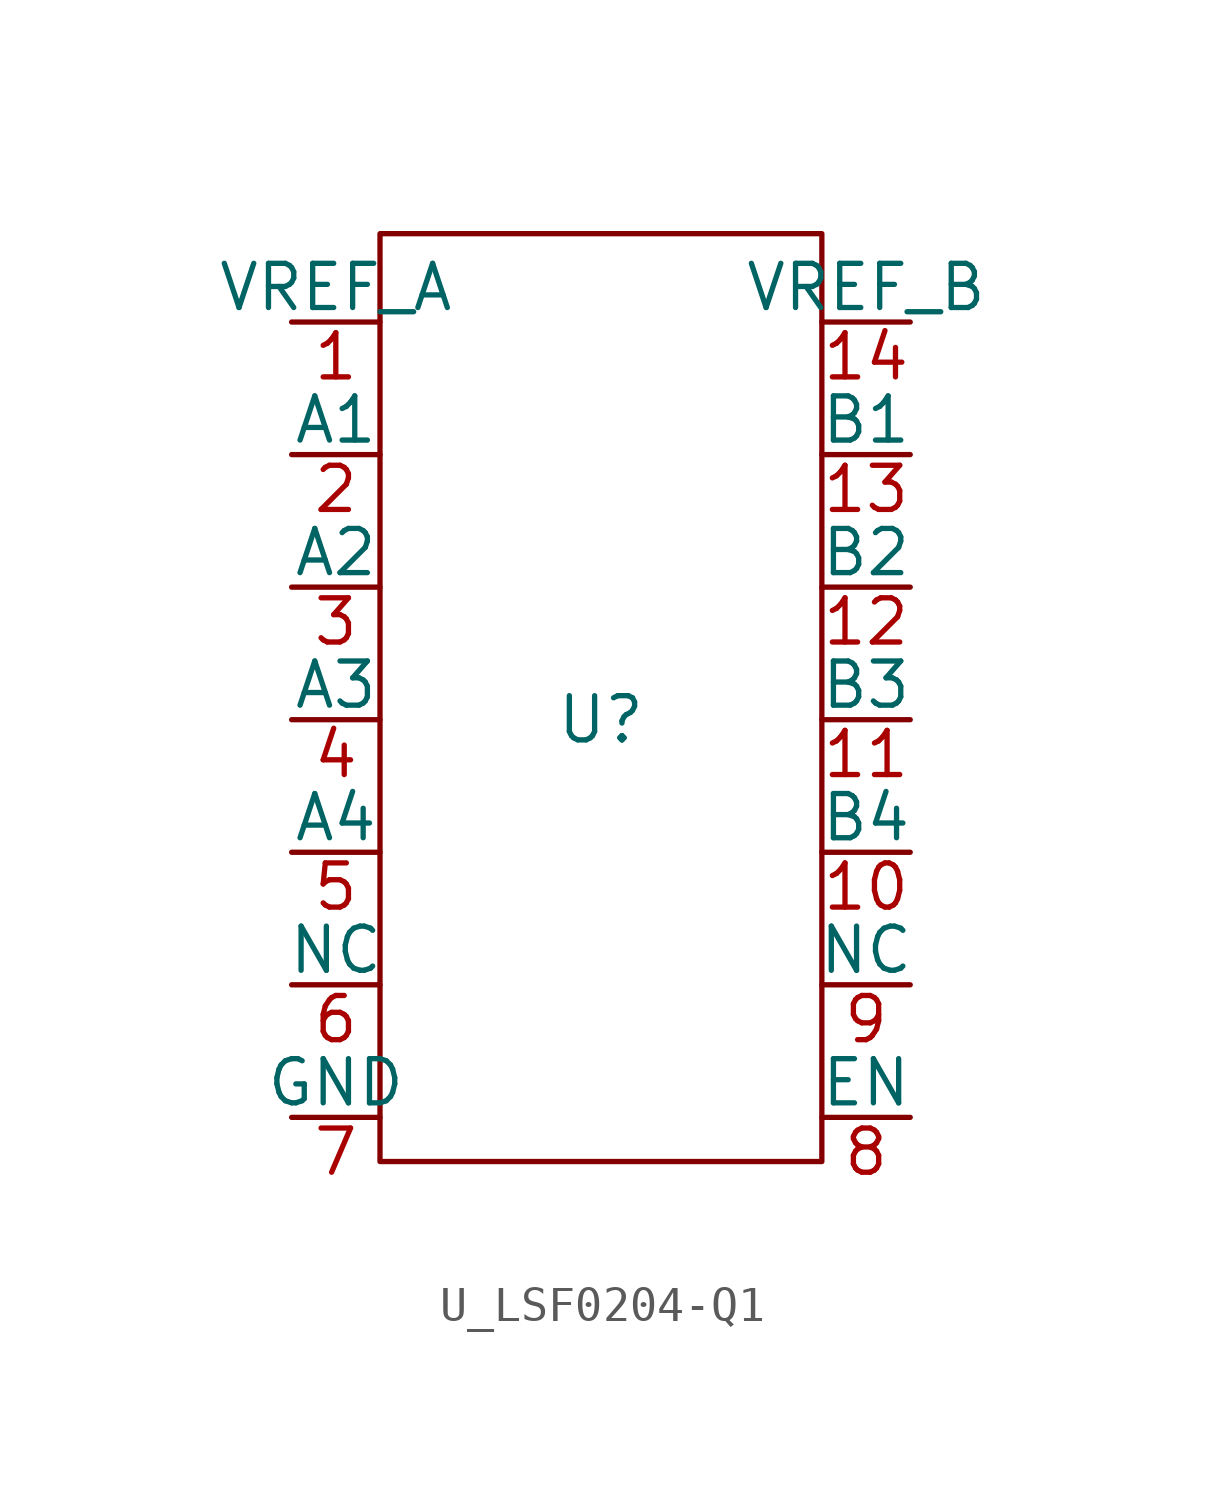
<source format=kicad_sym>
(kicad_symbol_lib
  (version 20220914)
  (generator kicad_symbol_editor)
  (symbol "U_LSF0204-Q1"
    (pin_names
      (offset 0))
    (property "Reference" "U"
      (at 0 0 0)
      (effects (font (size 1.27 1.27))))
    (symbol "U_LSF0204-Q1_0_1"
      (rectangle (start 6.35 13.97) (end -6.35 -12.7) (stroke (width 0) (type solid)) (fill (type none))))
    (symbol "U_LSF0204-Q1_1_1"
      (pin input line (at -8.89 11.43 0) (length 2.54) (name "VREF_A" (effects (font (size 1.27 1.27)))) (number "1" (effects (font (size 1.27 1.27)))))
      (pin input line (at 8.89 -3.81 180) (length 2.54) (name "B4" (effects (font (size 1.27 1.27)))) (number "10" (effects (font (size 1.27 1.27)))))
      (pin input line (at 8.89 0 180) (length 2.54) (name "B3" (effects (font (size 1.27 1.27)))) (number "11" (effects (font (size 1.27 1.27)))))
      (pin input line (at 8.89 3.81 180) (length 2.54) (name "B2" (effects (font (size 1.27 1.27)))) (number "12" (effects (font (size 1.27 1.27)))))
      (pin input line (at 8.89 7.62 180) (length 2.54) (name "B1" (effects (font (size 1.27 1.27)))) (number "13" (effects (font (size 1.27 1.27)))))
      (pin input line (at 8.89 11.43 180) (length 2.54) (name "VREF_B" (effects (font (size 1.27 1.27)))) (number "14" (effects (font (size 1.27 1.27)))))
      (pin input line (at -8.89 7.62 0) (length 2.54) (name "A1" (effects (font (size 1.27 1.27)))) (number "2" (effects (font (size 1.27 1.27)))))
      (pin input line (at -8.89 3.81 0) (length 2.54) (name "A2" (effects (font (size 1.27 1.27)))) (number "3" (effects (font (size 1.27 1.27)))))
      (pin input line (at -8.89 0 0) (length 2.54) (name "A3" (effects (font (size 1.27 1.27)))) (number "4" (effects (font (size 1.27 1.27)))))
      (pin input line (at -8.89 -3.81 0) (length 2.54) (name "A4" (effects (font (size 1.27 1.27)))) (number "5" (effects (font (size 1.27 1.27)))))
      (pin input line (at -8.89 -7.62 0) (length 2.54) (name "NC" (effects (font (size 1.27 1.27)))) (number "6" (effects (font (size 1.27 1.27)))))
      (pin input line (at -8.89 -11.43 0) (length 2.54) (name "GND" (effects (font (size 1.27 1.27)))) (number "7" (effects (font (size 1.27 1.27)))))
      (pin input line (at 8.89 -11.43 180) (length 2.54) (name "EN" (effects (font (size 1.27 1.27)))) (number "8" (effects (font (size 1.27 1.27)))))
      (pin input line (at 8.89 -7.62 180) (length 2.54) (name "NC" (effects (font (size 1.27 1.27)))) (number "9" (effects (font (size 1.27 1.27))))))))
</source>
